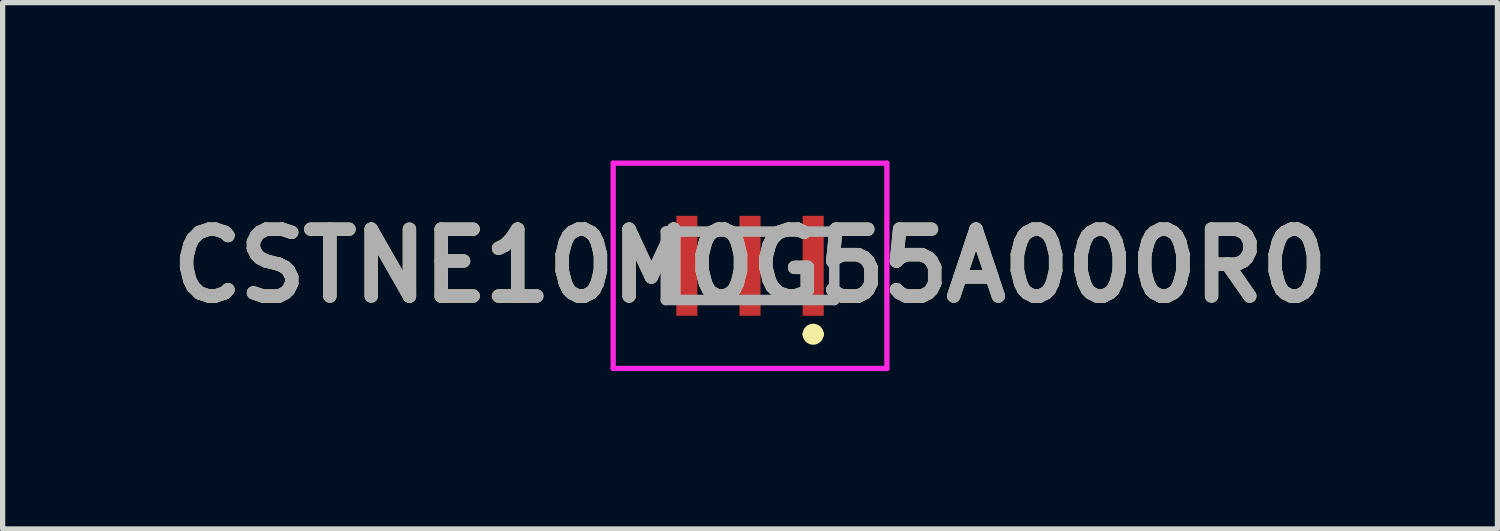
<source format=kicad_pcb>
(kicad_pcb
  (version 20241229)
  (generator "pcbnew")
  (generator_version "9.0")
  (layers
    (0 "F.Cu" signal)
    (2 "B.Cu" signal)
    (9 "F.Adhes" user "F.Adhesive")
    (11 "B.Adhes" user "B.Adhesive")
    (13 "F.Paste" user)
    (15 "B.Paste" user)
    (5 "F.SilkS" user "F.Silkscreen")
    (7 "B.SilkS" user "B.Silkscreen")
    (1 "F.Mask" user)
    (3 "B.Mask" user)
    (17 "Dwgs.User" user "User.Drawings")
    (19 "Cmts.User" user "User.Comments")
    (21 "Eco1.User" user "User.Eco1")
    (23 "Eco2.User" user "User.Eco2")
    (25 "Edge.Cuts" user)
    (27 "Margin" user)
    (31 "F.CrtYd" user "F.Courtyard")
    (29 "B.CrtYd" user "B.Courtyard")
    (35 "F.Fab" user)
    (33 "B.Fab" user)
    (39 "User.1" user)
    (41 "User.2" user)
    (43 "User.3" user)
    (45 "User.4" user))
  (footprint "CSTNE10M0G55A000R0"
    (layer "F.Cu")
    (at 11.2 2)
    (property "Reference" "CSTNE10M0G55A000R0" (at 0 0 0) (layer "F.SilkS") (effects (font (size 1.27 1.27) (thickness 0.254))))
    (attr smd)
    (fp_line (start -1.6 -0.65) (end -1.6 0.65) (stroke (width 0.1) (type solid)) (layer "F.SilkS"))
    (fp_line (start 1.1 1.3) (end 1.1 1.3) (stroke (width 0.2) (type solid)) (layer "F.SilkS"))
    (fp_line (start 1.3 1.3) (end 1.3 1.3) (stroke (width 0.2) (type solid)) (layer "F.SilkS"))
    (fp_line (start 1.6 -0.65) (end 1.6 0.65) (stroke (width 0.1) (type solid)) (layer "F.SilkS"))
    (fp_arc (start 1.1 1.3) (mid 1.2 1.2) (end 1.3 1.3) (stroke (width 0.2) (type solid)) (layer "F.SilkS"))
    (fp_arc (start 1.3 1.3) (mid 1.2 1.4) (end 1.1 1.3) (stroke (width 0.2) (type solid)) (layer "F.SilkS"))
    (fp_line (start -2.6 -1.95) (end 2.6 -1.95) (stroke (width 0.1) (type solid)) (layer "F.CrtYd"))
    (fp_line (start -2.6 1.95) (end -2.6 -1.95) (stroke (width 0.1) (type solid)) (layer "F.CrtYd"))
    (fp_line (start 2.6 -1.95) (end 2.6 1.95) (stroke (width 0.1) (type solid)) (layer "F.CrtYd"))
    (fp_line (start 2.6 1.95) (end -2.6 1.95) (stroke (width 0.1) (type solid)) (layer "F.CrtYd"))
    (fp_line (start -1.6 -0.65) (end 1.6 -0.65) (stroke (width 0.2) (type solid)) (layer "F.Fab"))
    (fp_line (start -1.6 0.65) (end -1.6 -0.65) (stroke (width 0.2) (type solid)) (layer "F.Fab"))
    (fp_line (start 1.6 -0.65) (end 1.6 0.65) (stroke (width 0.2) (type solid)) (layer "F.Fab"))
    (fp_line (start 1.6 0.65) (end -1.6 0.65) (stroke (width 0.2) (type solid)) (layer "F.Fab"))
    (fp_text user "${REFERENCE}" (at 0 0 0) (layer "F.Fab") (effects (font (size 1.27 1.27) (thickness 0.254))))
    (pad "1" smd rect (at 1.2 0) (size 0.4 1.9) (layers "F.Cu" "F.Mask" "F.Paste"))
    (pad "2" smd rect (at 0 0) (size 0.4 1.9) (layers "F.Cu" "F.Mask" "F.Paste"))
    (pad "3" smd rect (at -1.2 0) (size 0.4 1.9) (layers "F.Cu" "F.Mask" "F.Paste")))
  (gr_rect
    (start -3 -3)
    (end 25.4 7)
    (stroke (width 0.1) (type default))
    (fill no)
    (layer "Edge.Cuts")))
</source>
